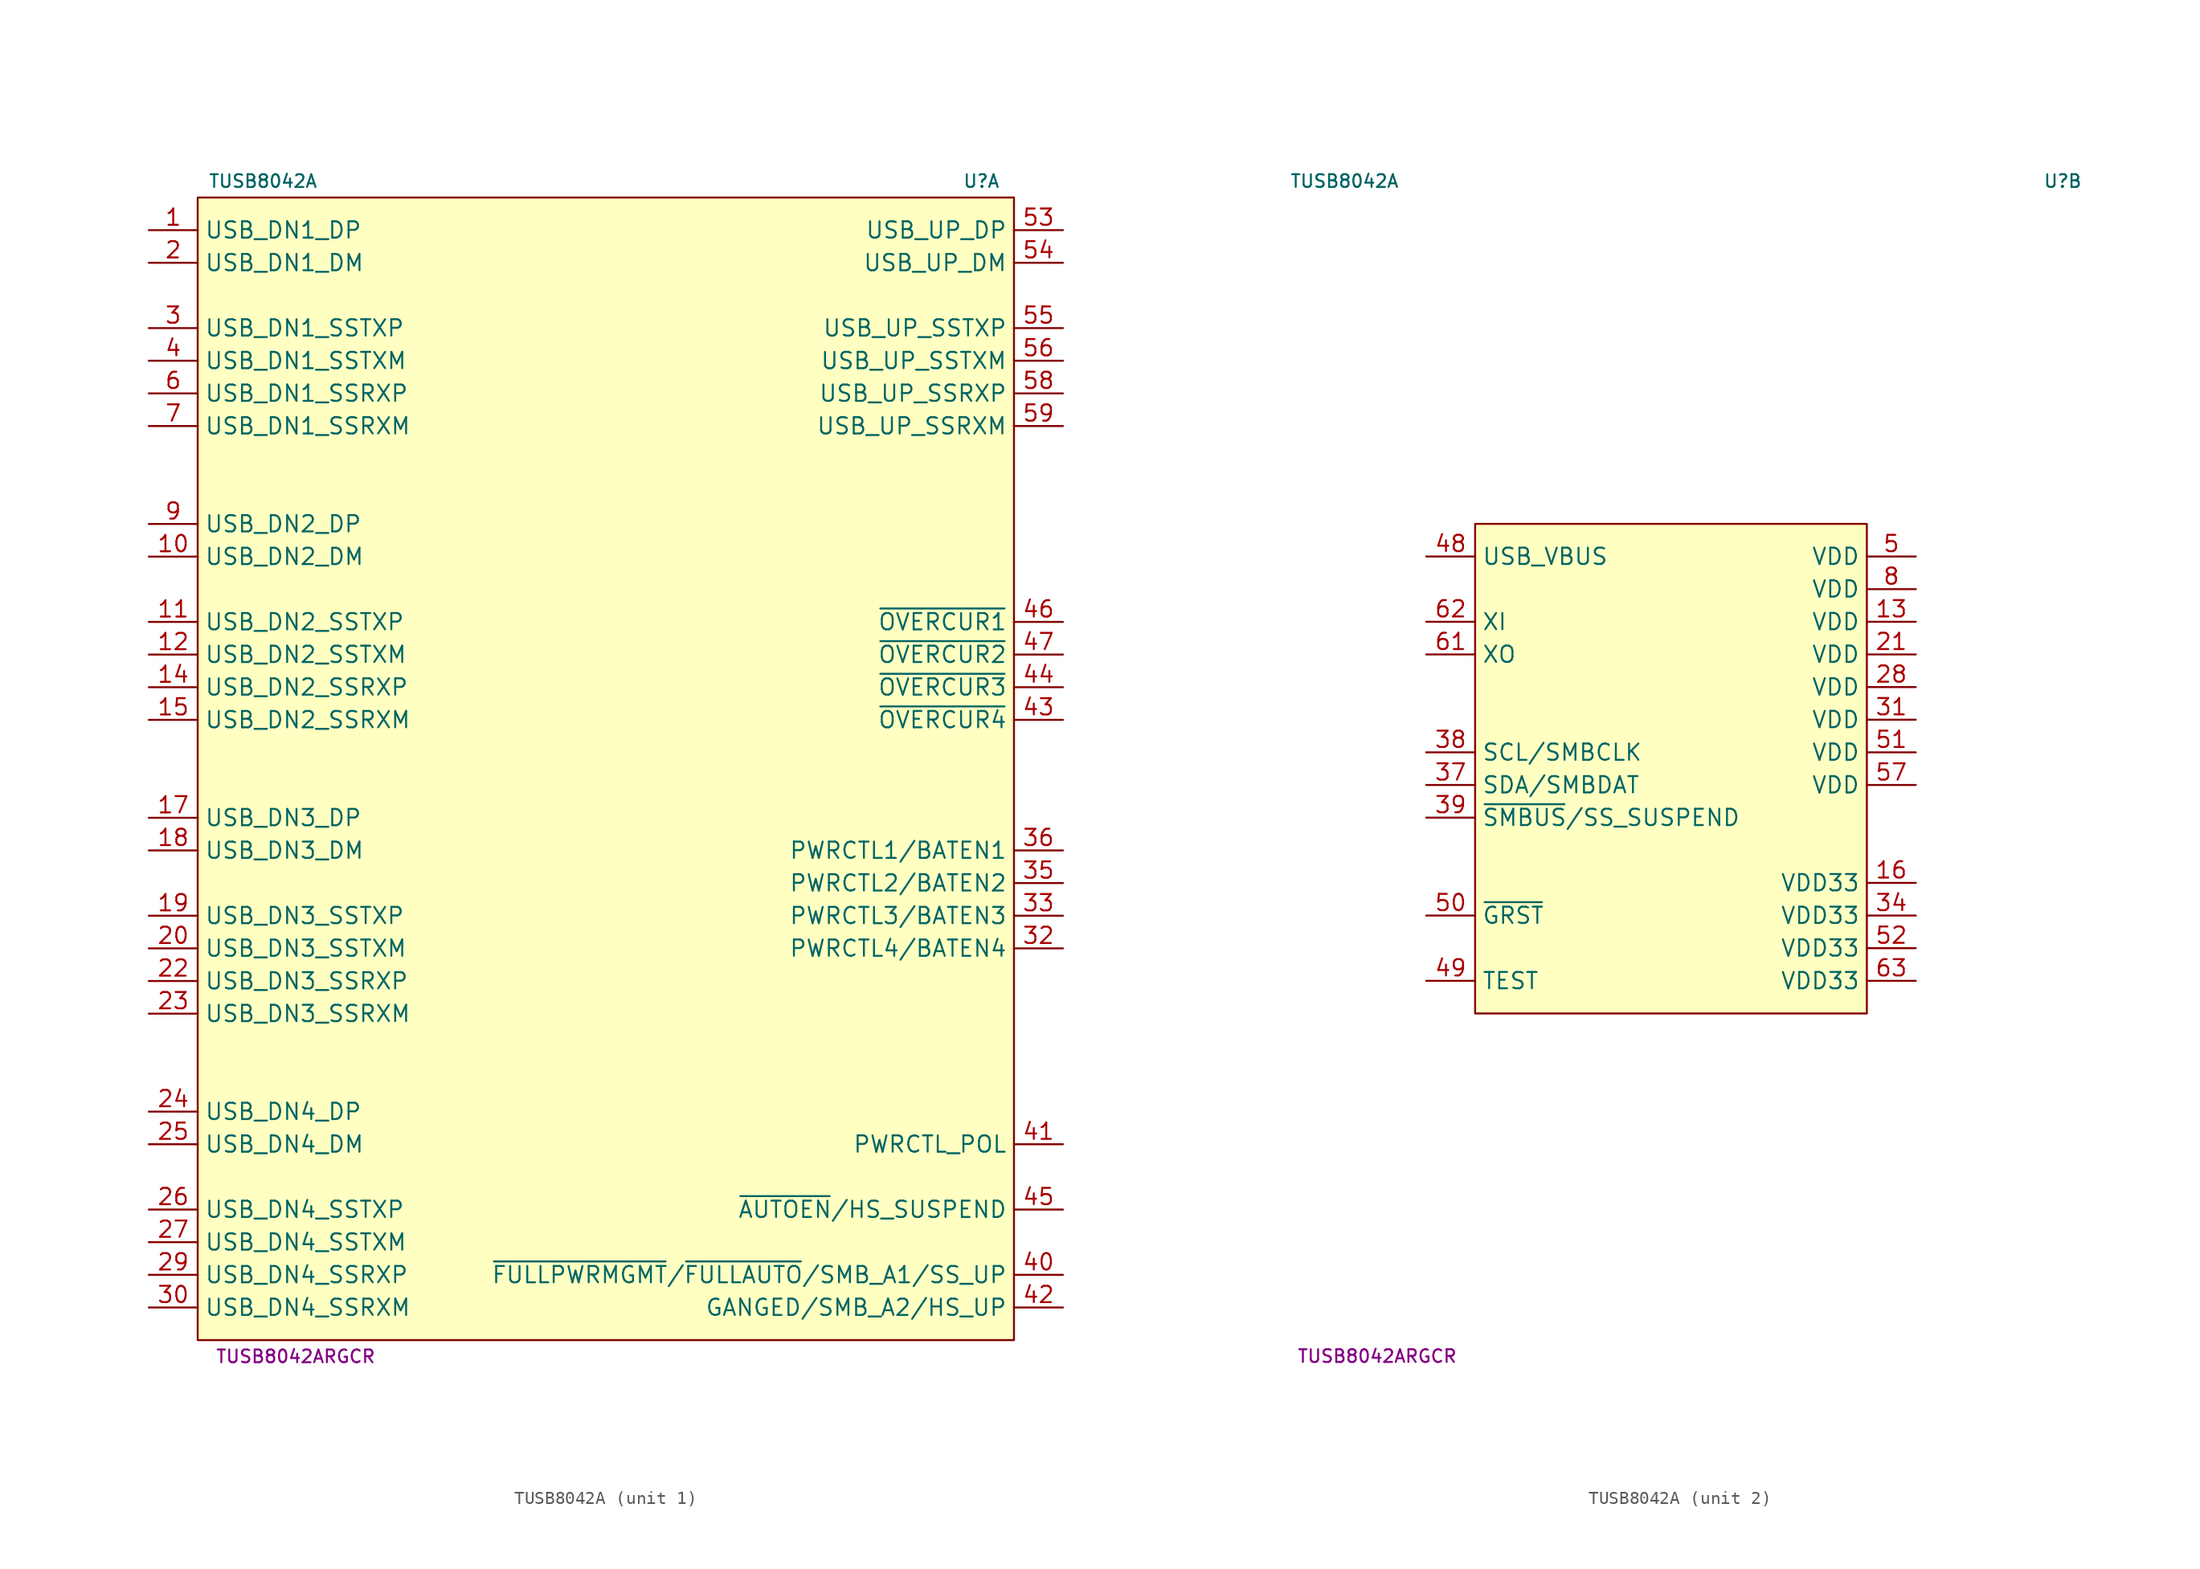
<source format=kicad_sym>
(kicad_symbol_lib
  (version 20220914)
  (generator kicad_symbol_editor)
  (symbol "TUSB8042A"
    (property "Reference" "U"
      (at 30.48 45.72 0)
      (effects (font (size 0.991 0.991))))
    (property "Value" "TUSB8042A"
      (at -25.4 45.72 0)
      (effects (font (size 0.991 0.991))))
    (property "MPN" "TUSB8042ARGCR"
      (at -22.86 -45.72 0)
      (effects (font (size 0.991 0.991))))
    (property "ki_locked" ""
      (at 0 0 0)
      (effects (font (size 1.27 1.27))))
    (symbol "TUSB8042A_1_1"
      (rectangle (start -30.48 -44.45) (end 33.02 44.45) (stroke (width 0) (type default)) (fill (type background)))
      (pin bidirectional line (at -34.29 41.91 0) (length 3.81) (name "USB_DN1_DP" (effects (font (size 1.27 1.27)))) (number "1" (effects (font (size 1.27 1.27)))))
      (pin bidirectional line (at -34.29 16.51 0) (length 3.81) (name "USB_DN2_DM" (effects (font (size 1.27 1.27)))) (number "10" (effects (font (size 1.27 1.27)))))
      (pin output line (at -34.29 11.43 0) (length 3.81) (name "USB_DN2_SSTXP" (effects (font (size 1.27 1.27)))) (number "11" (effects (font (size 1.27 1.27)))))
      (pin output line (at -34.29 8.89 0) (length 3.81) (name "USB_DN2_SSTXM" (effects (font (size 1.27 1.27)))) (number "12" (effects (font (size 1.27 1.27)))))
      (pin input line (at -34.29 6.35 0) (length 3.81) (name "USB_DN2_SSRXP" (effects (font (size 1.27 1.27)))) (number "14" (effects (font (size 1.27 1.27)))))
      (pin input line (at -34.29 3.81 0) (length 3.81) (name "USB_DN2_SSRXM" (effects (font (size 1.27 1.27)))) (number "15" (effects (font (size 1.27 1.27)))))
      (pin bidirectional line (at -34.29 -3.81 0) (length 3.81) (name "USB_DN3_DP" (effects (font (size 1.27 1.27)))) (number "17" (effects (font (size 1.27 1.27)))))
      (pin bidirectional line (at -34.29 -6.35 0) (length 3.81) (name "USB_DN3_DM" (effects (font (size 1.27 1.27)))) (number "18" (effects (font (size 1.27 1.27)))))
      (pin output line (at -34.29 -11.43 0) (length 3.81) (name "USB_DN3_SSTXP" (effects (font (size 1.27 1.27)))) (number "19" (effects (font (size 1.27 1.27)))))
      (pin bidirectional line (at -34.29 39.37 0) (length 3.81) (name "USB_DN1_DM" (effects (font (size 1.27 1.27)))) (number "2" (effects (font (size 1.27 1.27)))))
      (pin output line (at -34.29 -13.97 0) (length 3.81) (name "USB_DN3_SSTXM" (effects (font (size 1.27 1.27)))) (number "20" (effects (font (size 1.27 1.27)))))
      (pin input line (at -34.29 -16.51 0) (length 3.81) (name "USB_DN3_SSRXP" (effects (font (size 1.27 1.27)))) (number "22" (effects (font (size 1.27 1.27)))))
      (pin input line (at -34.29 -19.05 0) (length 3.81) (name "USB_DN3_SSRXM" (effects (font (size 1.27 1.27)))) (number "23" (effects (font (size 1.27 1.27)))))
      (pin bidirectional line (at -34.29 -26.67 0) (length 3.81) (name "USB_DN4_DP" (effects (font (size 1.27 1.27)))) (number "24" (effects (font (size 1.27 1.27)))))
      (pin bidirectional line (at -34.29 -29.21 0) (length 3.81) (name "USB_DN4_DM" (effects (font (size 1.27 1.27)))) (number "25" (effects (font (size 1.27 1.27)))))
      (pin output line (at -34.29 -34.29 0) (length 3.81) (name "USB_DN4_SSTXP" (effects (font (size 1.27 1.27)))) (number "26" (effects (font (size 1.27 1.27)))))
      (pin output line (at -34.29 -36.83 0) (length 3.81) (name "USB_DN4_SSTXM" (effects (font (size 1.27 1.27)))) (number "27" (effects (font (size 1.27 1.27)))))
      (pin input line (at -34.29 -39.37 0) (length 3.81) (name "USB_DN4_SSRXP" (effects (font (size 1.27 1.27)))) (number "29" (effects (font (size 1.27 1.27)))))
      (pin output line (at -34.29 34.29 0) (length 3.81) (name "USB_DN1_SSTXP" (effects (font (size 1.27 1.27)))) (number "3" (effects (font (size 1.27 1.27)))))
      (pin input line (at -34.29 -41.91 0) (length 3.81) (name "USB_DN4_SSRXM" (effects (font (size 1.27 1.27)))) (number "30" (effects (font (size 1.27 1.27)))))
      (pin bidirectional line (at 36.83 -13.97 180) (length 3.81) (name "PWRCTL4/BATEN4" (effects (font (size 1.27 1.27)))) (number "32" (effects (font (size 1.27 1.27)))))
      (pin bidirectional line (at 36.83 -11.43 180) (length 3.81) (name "PWRCTL3/BATEN3" (effects (font (size 1.27 1.27)))) (number "33" (effects (font (size 1.27 1.27)))))
      (pin bidirectional line (at 36.83 -8.89 180) (length 3.81) (name "PWRCTL2/BATEN2" (effects (font (size 1.27 1.27)))) (number "35" (effects (font (size 1.27 1.27)))))
      (pin bidirectional line (at 36.83 -6.35 180) (length 3.81) (name "PWRCTL1/BATEN1" (effects (font (size 1.27 1.27)))) (number "36" (effects (font (size 1.27 1.27)))))
      (pin output line (at -34.29 31.75 0) (length 3.81) (name "USB_DN1_SSTXM" (effects (font (size 1.27 1.27)))) (number "4" (effects (font (size 1.27 1.27)))))
      (pin bidirectional line (at 36.83 -39.37 180) (length 3.81) (name "~{FULLPWRMGMT}/~{FULLAUTO}/SMB_A1/SS_UP" (effects (font (size 1.27 1.27)))) (number "40" (effects (font (size 1.27 1.27)))))
      (pin bidirectional line (at 36.83 -29.21 180) (length 3.81) (name "PWRCTL_POL" (effects (font (size 1.27 1.27)))) (number "41" (effects (font (size 1.27 1.27)))))
      (pin bidirectional line (at 36.83 -41.91 180) (length 3.81) (name "GANGED/SMB_A2/HS_UP" (effects (font (size 1.27 1.27)))) (number "42" (effects (font (size 1.27 1.27)))))
      (pin input line (at 36.83 3.81 180) (length 3.81) (name "~{OVERCUR4}" (effects (font (size 1.27 1.27)))) (number "43" (effects (font (size 1.27 1.27)))))
      (pin input line (at 36.83 6.35 180) (length 3.81) (name "~{OVERCUR3}" (effects (font (size 1.27 1.27)))) (number "44" (effects (font (size 1.27 1.27)))))
      (pin bidirectional line (at 36.83 -34.29 180) (length 3.81) (name "~{AUTOEN}/HS_SUSPEND" (effects (font (size 1.27 1.27)))) (number "45" (effects (font (size 1.27 1.27)))))
      (pin input line (at 36.83 11.43 180) (length 3.81) (name "~{OVERCUR1}" (effects (font (size 1.27 1.27)))) (number "46" (effects (font (size 1.27 1.27)))))
      (pin input line (at 36.83 8.89 180) (length 3.81) (name "~{OVERCUR2}" (effects (font (size 1.27 1.27)))) (number "47" (effects (font (size 1.27 1.27)))))
      (pin bidirectional line (at 36.83 41.91 180) (length 3.81) (name "USB_UP_DP" (effects (font (size 1.27 1.27)))) (number "53" (effects (font (size 1.27 1.27)))))
      (pin bidirectional line (at 36.83 39.37 180) (length 3.81) (name "USB_UP_DM" (effects (font (size 1.27 1.27)))) (number "54" (effects (font (size 1.27 1.27)))))
      (pin output line (at 36.83 34.29 180) (length 3.81) (name "USB_UP_SSTXP" (effects (font (size 1.27 1.27)))) (number "55" (effects (font (size 1.27 1.27)))))
      (pin output line (at 36.83 31.75 180) (length 3.81) (name "USB_UP_SSTXM" (effects (font (size 1.27 1.27)))) (number "56" (effects (font (size 1.27 1.27)))))
      (pin input line (at 36.83 29.21 180) (length 3.81) (name "USB_UP_SSRXP" (effects (font (size 1.27 1.27)))) (number "58" (effects (font (size 1.27 1.27)))))
      (pin input line (at 36.83 26.67 180) (length 3.81) (name "USB_UP_SSRXM" (effects (font (size 1.27 1.27)))) (number "59" (effects (font (size 1.27 1.27)))))
      (pin input line (at -34.29 29.21 0) (length 3.81) (name "USB_DN1_SSRXP" (effects (font (size 1.27 1.27)))) (number "6" (effects (font (size 1.27 1.27)))))
      (pin input line (at -34.29 26.67 0) (length 3.81) (name "USB_DN1_SSRXM" (effects (font (size 1.27 1.27)))) (number "7" (effects (font (size 1.27 1.27)))))
      (pin bidirectional line (at -34.29 19.05 0) (length 3.81) (name "USB_DN2_DP" (effects (font (size 1.27 1.27)))) (number "9" (effects (font (size 1.27 1.27))))))
    (symbol "TUSB8042A_2_1"
      (rectangle (start -15.24 -19.05) (end 15.24 19.05) (stroke (width 0) (type default)) (fill (type background)))
      (pin power_in line (at 19.05 11.43 180) (length 3.81) (name "VDD" (effects (font (size 1.27 1.27)))) (number "13" (effects (font (size 1.27 1.27)))))
      (pin power_in line (at 19.05 -8.89 180) (length 3.81) (name "VDD33" (effects (font (size 1.27 1.27)))) (number "16" (effects (font (size 1.27 1.27)))))
      (pin power_in line (at 19.05 8.89 180) (length 3.81) (name "VDD" (effects (font (size 1.27 1.27)))) (number "21" (effects (font (size 1.27 1.27)))))
      (pin power_in line (at 19.05 6.35 180) (length 3.81) (name "VDD" (effects (font (size 1.27 1.27)))) (number "28" (effects (font (size 1.27 1.27)))))
      (pin power_in line (at 19.05 3.81 180) (length 3.81) (name "VDD" (effects (font (size 1.27 1.27)))) (number "31" (effects (font (size 1.27 1.27)))))
      (pin power_in line (at 19.05 -11.43 180) (length 3.81) (name "VDD33" (effects (font (size 1.27 1.27)))) (number "34" (effects (font (size 1.27 1.27)))))
      (pin bidirectional line (at -19.05 -1.27 0) (length 3.81) (name "SDA/SMBDAT" (effects (font (size 1.27 1.27)))) (number "37" (effects (font (size 1.27 1.27)))))
      (pin bidirectional line (at -19.05 1.27 0) (length 3.81) (name "SCL/SMBCLK" (effects (font (size 1.27 1.27)))) (number "38" (effects (font (size 1.27 1.27)))))
      (pin bidirectional line (at -19.05 -3.81 0) (length 3.81) (name "~{SMBUS}/SS_SUSPEND" (effects (font (size 1.27 1.27)))) (number "39" (effects (font (size 1.27 1.27)))))
      (pin input line (at -19.05 16.51 0) (length 3.81) (name "USB_VBUS" (effects (font (size 1.27 1.27)))) (number "48" (effects (font (size 1.27 1.27)))))
      (pin input line (at -19.05 -16.51 0) (length 3.81) (name "TEST" (effects (font (size 1.27 1.27)))) (number "49" (effects (font (size 1.27 1.27)))))
      (pin power_in line (at 19.05 16.51 180) (length 3.81) (name "VDD" (effects (font (size 1.27 1.27)))) (number "5" (effects (font (size 1.27 1.27)))))
      (pin input line (at -19.05 -11.43 0) (length 3.81) (name "~{GRST}" (effects (font (size 1.27 1.27)))) (number "50" (effects (font (size 1.27 1.27)))))
      (pin power_in line (at 19.05 1.27 180) (length 3.81) (name "VDD" (effects (font (size 1.27 1.27)))) (number "51" (effects (font (size 1.27 1.27)))))
      (pin power_in line (at 19.05 -13.97 180) (length 3.81) (name "VDD33" (effects (font (size 1.27 1.27)))) (number "52" (effects (font (size 1.27 1.27)))))
      (pin power_in line (at 19.05 -1.27 180) (length 3.81) (name "VDD" (effects (font (size 1.27 1.27)))) (number "57" (effects (font (size 1.27 1.27)))))
      (pin output line (at -19.05 8.89 0) (length 3.81) (name "XO" (effects (font (size 1.27 1.27)))) (number "61" (effects (font (size 1.27 1.27)))))
      (pin input line (at -19.05 11.43 0) (length 3.81) (name "XI" (effects (font (size 1.27 1.27)))) (number "62" (effects (font (size 1.27 1.27)))))
      (pin power_in line (at 19.05 -16.51 180) (length 3.81) (name "VDD33" (effects (font (size 1.27 1.27)))) (number "63" (effects (font (size 1.27 1.27)))))
      (pin power_in line (at 19.05 13.97 180) (length 3.81) (name "VDD" (effects (font (size 1.27 1.27)))) (number "8" (effects (font (size 1.27 1.27))))))))
</source>
